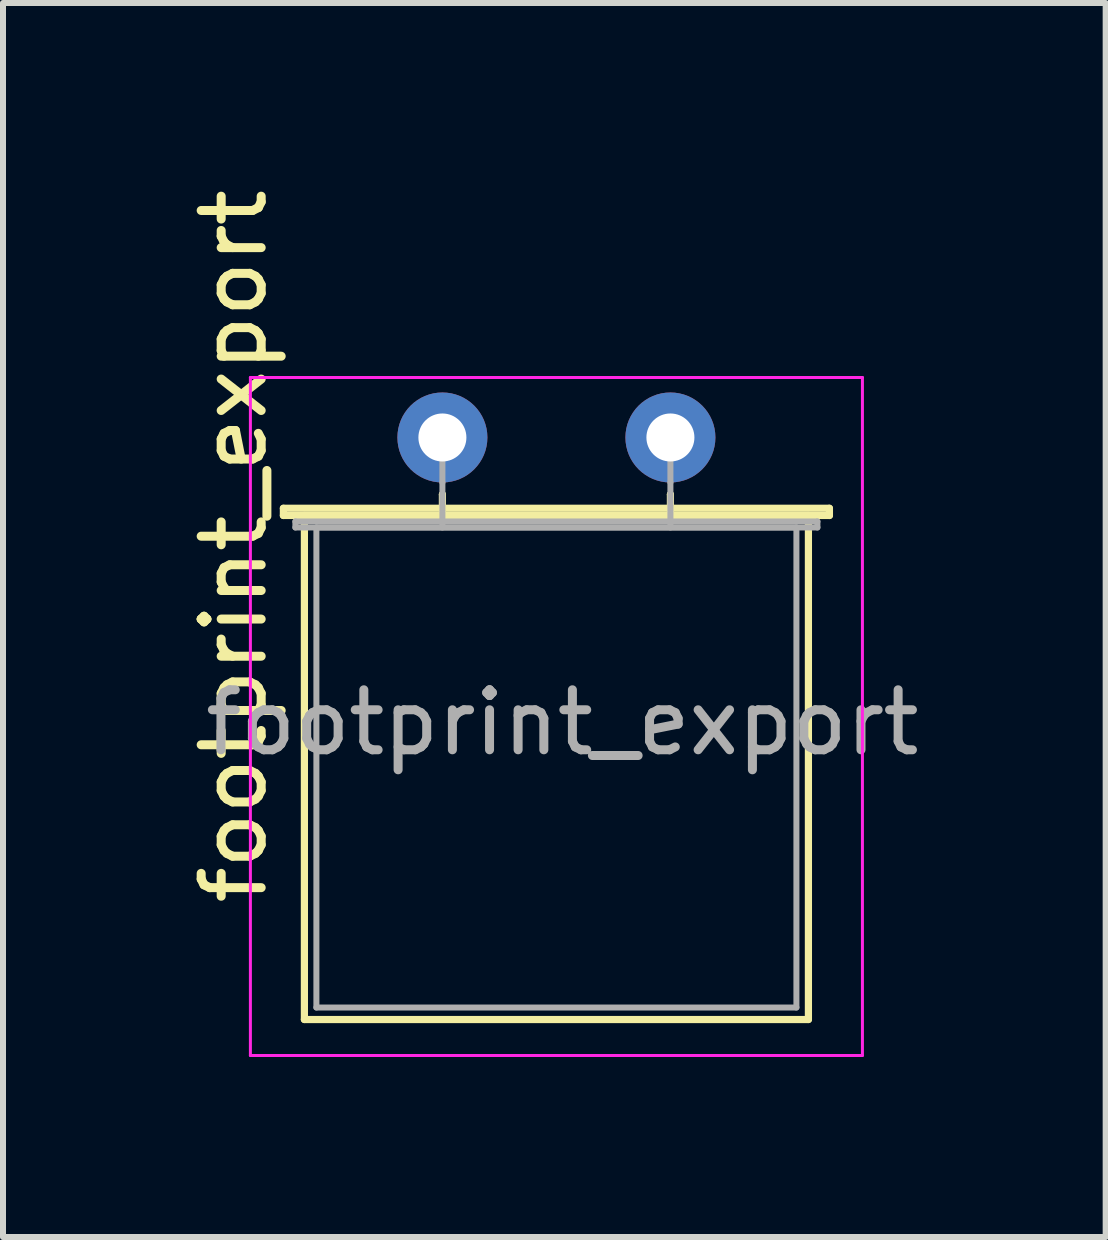
<source format=kicad_pcb>
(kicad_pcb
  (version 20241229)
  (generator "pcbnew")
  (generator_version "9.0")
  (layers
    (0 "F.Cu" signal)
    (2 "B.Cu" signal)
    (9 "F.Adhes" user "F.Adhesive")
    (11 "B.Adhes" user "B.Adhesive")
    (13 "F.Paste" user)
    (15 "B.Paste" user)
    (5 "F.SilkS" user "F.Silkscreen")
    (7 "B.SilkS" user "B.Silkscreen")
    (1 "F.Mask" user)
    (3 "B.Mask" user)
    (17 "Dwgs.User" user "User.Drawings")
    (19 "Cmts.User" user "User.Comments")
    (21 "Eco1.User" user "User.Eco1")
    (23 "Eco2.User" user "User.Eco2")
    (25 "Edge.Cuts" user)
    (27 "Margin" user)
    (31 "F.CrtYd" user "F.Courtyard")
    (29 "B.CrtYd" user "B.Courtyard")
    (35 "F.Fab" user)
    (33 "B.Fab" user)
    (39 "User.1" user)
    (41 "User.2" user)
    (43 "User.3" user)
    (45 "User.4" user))
  (footprint "footprint_export"
    (layer "F.Cu")
    (at 4.323 4.241)
    (property "Reference" "footprint_export" (at -3.475 1.812 90) (layer "F.SilkS") (effects (font (size 1 1) (thickness 0.15))))
    (attr through_hole)
    (fp_line (start -2.65 1.18) (end 6.45 1.18) (stroke (width 0.12) (type solid)) (layer "F.SilkS"))
    (fp_line (start -2.65 1.3) (end -2.65 1.18) (stroke (width 0.12) (type solid)) (layer "F.SilkS"))
    (fp_line (start -2.3 1.3) (end -2.3 9.7) (stroke (width 0.12) (type solid)) (layer "F.SilkS"))
    (fp_line (start -2.3 9.7) (end 6.1 9.7) (stroke (width 0.12) (type solid)) (layer "F.SilkS"))
    (fp_line (start 0 0.95) (end 0 0.95) (stroke (width 0.12) (type solid)) (layer "F.SilkS"))
    (fp_line (start 0 1.3) (end 0 0.95) (stroke (width 0.12) (type solid)) (layer "F.SilkS"))
    (fp_line (start 3.8 0.95) (end 3.8 0.95) (stroke (width 0.12) (type solid)) (layer "F.SilkS"))
    (fp_line (start 3.8 1.3) (end 3.8 0.95) (stroke (width 0.12) (type solid)) (layer "F.SilkS"))
    (fp_line (start 6.1 1.3) (end -2.3 1.3) (stroke (width 0.12) (type solid)) (layer "F.SilkS"))
    (fp_line (start 6.1 9.7) (end 6.1 1.3) (stroke (width 0.12) (type solid)) (layer "F.SilkS"))
    (fp_line (start 6.45 1.18) (end 6.45 1.3) (stroke (width 0.12) (type solid)) (layer "F.SilkS"))
    (fp_line (start 6.45 1.3) (end -2.65 1.3) (stroke (width 0.12) (type solid)) (layer "F.SilkS"))
    (fp_line (start -3.2 -1) (end -3.2 10.3) (stroke (width 0.05) (type solid)) (layer "F.CrtYd"))
    (fp_line (start -3.2 10.3) (end 7 10.3) (stroke (width 0.05) (type solid)) (layer "F.CrtYd"))
    (fp_line (start 7 -1) (end -3.2 -1) (stroke (width 0.05) (type solid)) (layer "F.CrtYd"))
    (fp_line (start 7 10.3) (end 7 -1) (stroke (width 0.05) (type solid)) (layer "F.CrtYd"))
    (fp_line (start -2.45 1.4) (end 6.25 1.4) (stroke (width 0.1) (type solid)) (layer "F.Fab"))
    (fp_line (start -2.45 1.5) (end -2.45 1.4) (stroke (width 0.1) (type solid)) (layer "F.Fab"))
    (fp_line (start -2.1 1.5) (end -2.1 9.5) (stroke (width 0.1) (type solid)) (layer "F.Fab"))
    (fp_line (start -2.1 9.5) (end 5.9 9.5) (stroke (width 0.1) (type solid)) (layer "F.Fab"))
    (fp_line (start 0 0.75) (end 0 0) (stroke (width 0.1) (type solid)) (layer "F.Fab"))
    (fp_line (start 0 1.5) (end 0 0.75) (stroke (width 0.1) (type solid)) (layer "F.Fab"))
    (fp_line (start 3.8 0.75) (end 3.8 0) (stroke (width 0.1) (type solid)) (layer "F.Fab"))
    (fp_line (start 3.8 1.5) (end 3.8 0.75) (stroke (width 0.1) (type solid)) (layer "F.Fab"))
    (fp_line (start 5.9 1.5) (end -2.1 1.5) (stroke (width 0.1) (type solid)) (layer "F.Fab"))
    (fp_line (start 5.9 9.5) (end 5.9 1.5) (stroke (width 0.1) (type solid)) (layer "F.Fab"))
    (fp_line (start 6.25 1.4) (end 6.25 1.5) (stroke (width 0.1) (type solid)) (layer "F.Fab"))
    (fp_line (start 6.25 1.5) (end -2.45 1.5) (stroke (width 0.1) (type solid)) (layer "F.Fab"))
    (fp_text user "${REFERENCE}" (at 2 4.75 0) (layer "F.Fab") (effects (font (size 1 1) (thickness 0.15))))
    (pad "1" thru_hole circle (at 0 0) (size 1.5 1.5) (drill 0.8) (layers "*.Cu" "*.Mask"))
    (pad "2" thru_hole circle (at 3.8 0) (size 1.5 1.5) (drill 0.8) (layers "*.Cu" "*.Mask")))
  (gr_rect
    (start -3 -3)
    (end 15.377 17.566)
    (stroke (width 0.1) (type default))
    (fill no)
    (layer "Edge.Cuts")))
</source>
